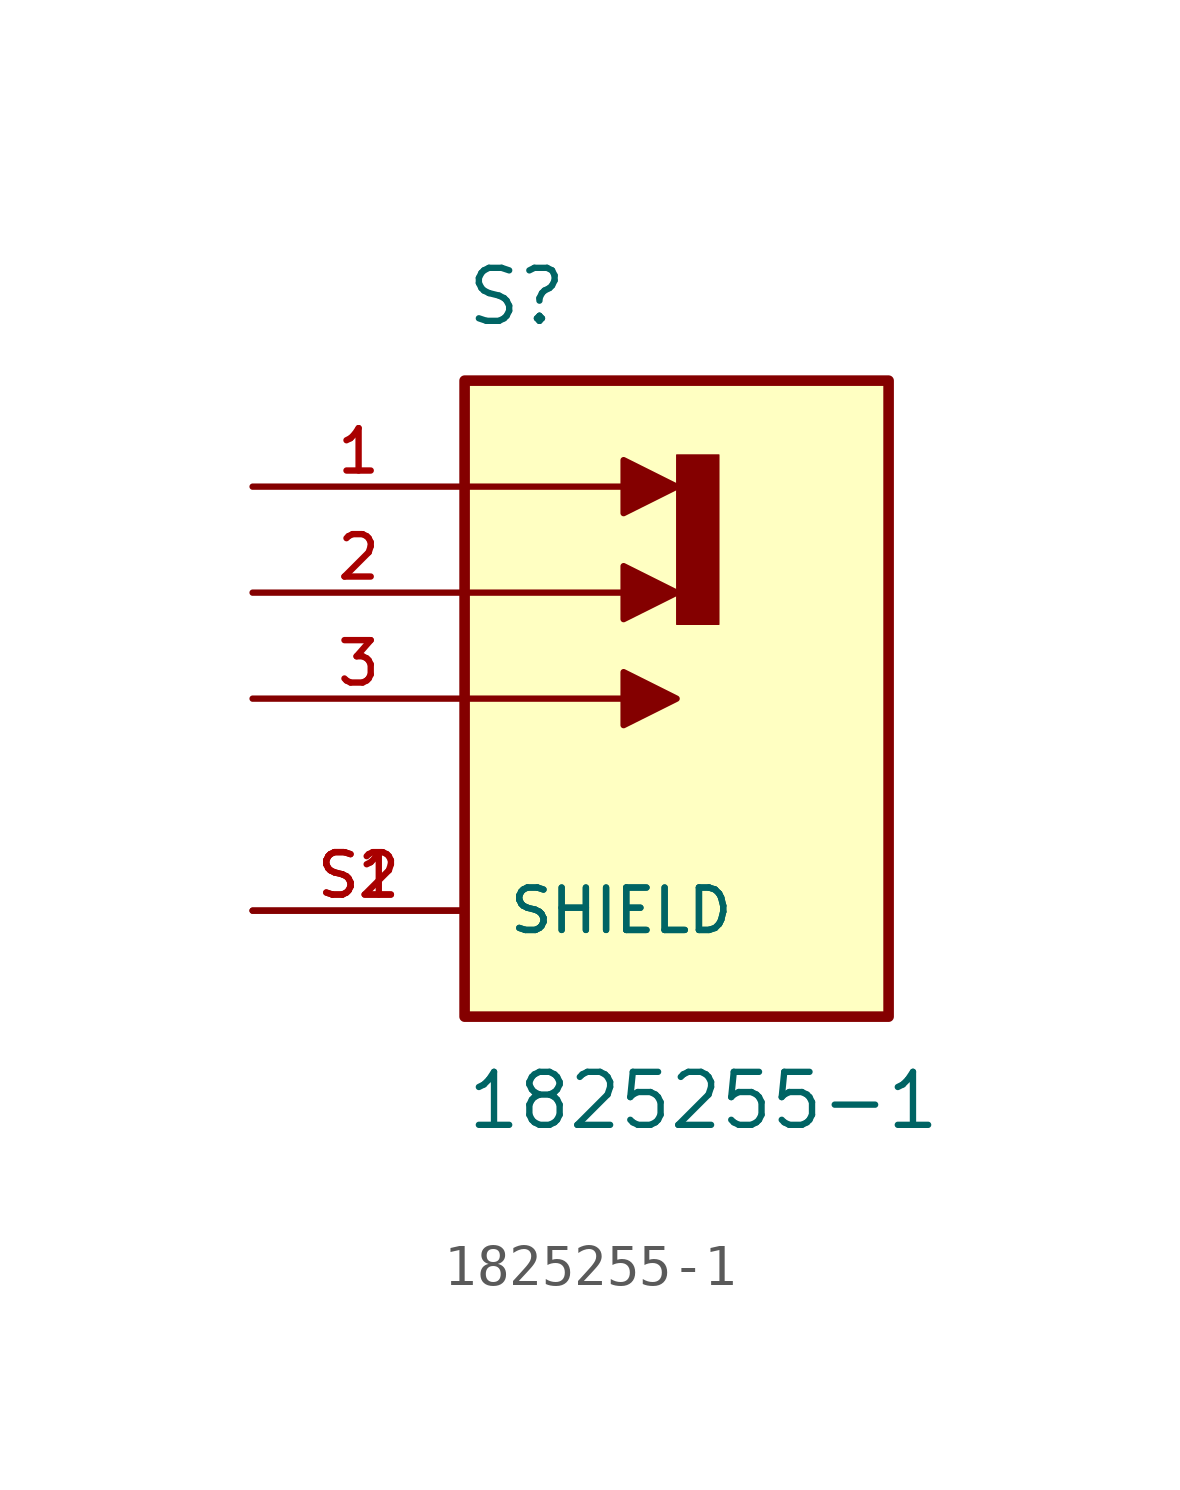
<source format=kicad_sym>
(kicad_symbol_lib
  (version 20211014)
  (generator kicad_symbol_editor)
  (symbol "1825255-1"
    (pin_names
      (offset 1.016))
    (property "Reference" "S"
      (at -5.08 8.89 0)
      (effects (font (size 1.27 1.27)) (justify bottom left)))
    (property "Value" "1825255-1"
      (at -5.08 -8.89 0)
      (effects (font (size 1.27 1.27)) (justify top left)))
    (symbol "1825255-1_0_0"
      (polyline (pts (xy -5.08 5.08) (xy -1.27 5.08)) (stroke (width 0.152)))
      (polyline (pts (xy -1.27 5.715) (xy -1.27 4.445) (xy 0.0 5.08) (xy -1.27 5.715)) (stroke (width 0.152)) (fill (type outline)))
      (polyline (pts (xy -5.08 2.54) (xy -1.27 2.54)) (stroke (width 0.152)))
      (polyline (pts (xy -1.27 3.175) (xy -1.27 1.905) (xy 0.0 2.54) (xy -1.27 3.175)) (stroke (width 0.152)) (fill (type outline)))
      (polyline (pts (xy -5.08 0.0) (xy -1.27 0.0)) (stroke (width 0.152)))
      (polyline (pts (xy -1.27 0.635) (xy -1.27 -0.635) (xy 0.0 0.0) (xy -1.27 0.635)) (stroke (width 0.152)) (fill (type outline)))
      (polyline (pts (xy 0.0 5.842) (xy 0.0 1.778) (xy 1.016 1.778) (xy 1.016 5.842) (xy 0.0 5.842)) (stroke (width 0.025)) (fill (type outline)))
      (rectangle (start -5.08 -7.62) (end 5.08 7.62) (stroke (width 0.254)) (fill (type background)))
      (pin passive line (at -10.16 5.08 0) (length 5.08) (name "~" (effects (font (size 1.016 1.016)))) (number "1" (effects (font (size 1.016 1.016)))))
      (pin passive line (at -10.16 2.54 0) (length 5.08) (name "~" (effects (font (size 1.016 1.016)))) (number "2" (effects (font (size 1.016 1.016)))))
      (pin passive line (at -10.16 0.0 0) (length 5.08) (name "~" (effects (font (size 1.016 1.016)))) (number "3" (effects (font (size 1.016 1.016)))))
      (pin passive line (at -10.16 -5.08 0) (length 5.08) (name "SHIELD" (effects (font (size 1.016 1.016)))) (number "S1" (effects (font (size 1.016 1.016)))))
      (pin passive line (at -10.16 -5.08 0) (length 5.08) (name "SHIELD" (effects (font (size 1.016 1.016)))) (number "S2" (effects (font (size 1.016 1.016))))))))
</source>
